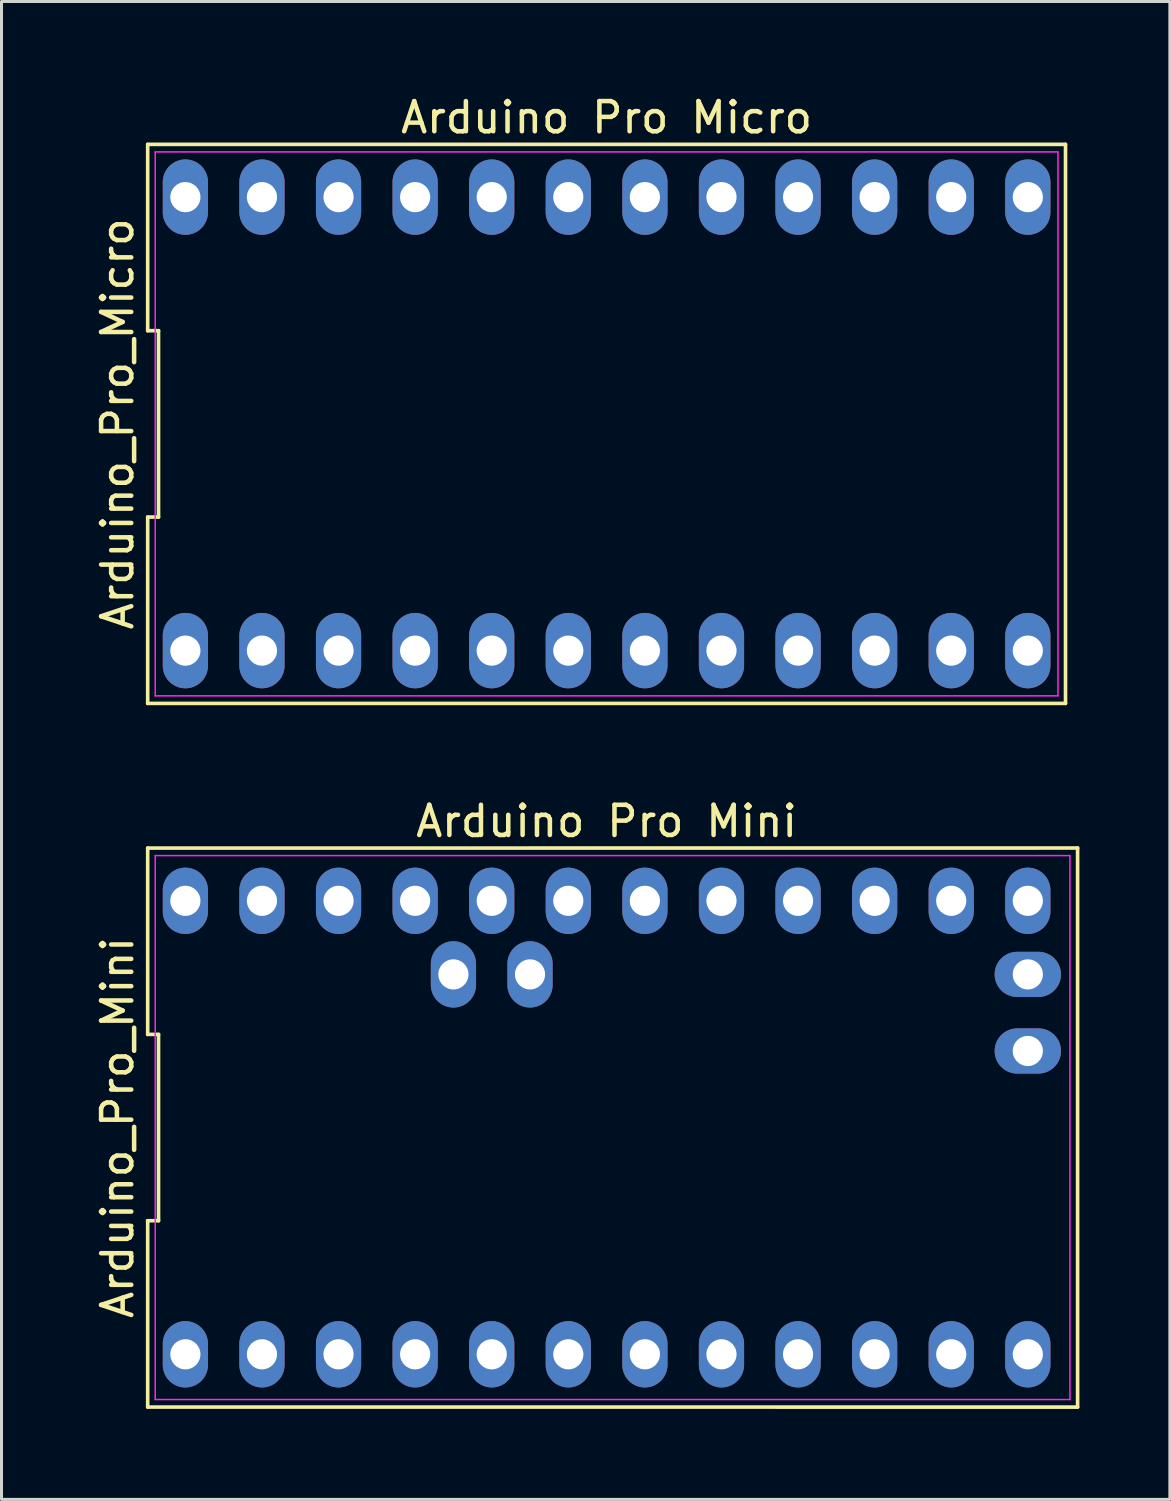
<source format=kicad_pcb>
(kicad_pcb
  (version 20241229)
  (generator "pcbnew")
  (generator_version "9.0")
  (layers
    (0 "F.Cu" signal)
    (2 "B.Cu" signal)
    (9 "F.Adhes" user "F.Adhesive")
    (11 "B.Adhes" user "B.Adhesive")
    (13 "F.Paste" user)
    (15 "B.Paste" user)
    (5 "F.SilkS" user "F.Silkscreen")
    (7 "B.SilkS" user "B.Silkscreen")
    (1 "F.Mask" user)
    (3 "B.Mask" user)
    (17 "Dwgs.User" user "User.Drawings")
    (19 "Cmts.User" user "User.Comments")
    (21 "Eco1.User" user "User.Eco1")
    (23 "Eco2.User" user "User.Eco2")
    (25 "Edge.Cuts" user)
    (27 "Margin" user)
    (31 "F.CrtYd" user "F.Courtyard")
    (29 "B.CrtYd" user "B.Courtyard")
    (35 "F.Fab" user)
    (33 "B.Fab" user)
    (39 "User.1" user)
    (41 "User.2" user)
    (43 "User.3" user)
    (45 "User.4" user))
  (footprint "Arduino_Pro_Micro"
    (layer "F.Cu")
    (at 17.068 11.008)
    (property "Reference" "Arduino_Pro_Micro" (at -16.22 0 90) (layer "F.SilkS") (effects (font (size 1 1) (thickness 0.15))))
    (attr through_hole)
    (fp_line (start -15.22 -9.27) (end -15.22 -3.09) (stroke (width 0.12) (type solid)) (layer "F.SilkS"))
    (fp_line (start -15.22 -3.09) (end -14.86 -3.09) (stroke (width 0.12) (type solid)) (layer "F.SilkS"))
    (fp_line (start -15.22 3.09) (end -15.22 9.27) (stroke (width 0.12) (type solid)) (layer "F.SilkS"))
    (fp_line (start -15.22 9.27) (end 15.22 9.27) (stroke (width 0.12) (type solid)) (layer "F.SilkS"))
    (fp_line (start -14.86 -3.09) (end -14.86 3.09) (stroke (width 0.12) (type solid)) (layer "F.SilkS"))
    (fp_line (start -14.86 3.09) (end -15.22 3.09) (stroke (width 0.12) (type solid)) (layer "F.SilkS"))
    (fp_line (start 15.22 -9.27) (end -15.22 -9.27) (stroke (width 0.12) (type solid)) (layer "F.SilkS"))
    (fp_line (start 15.22 9.27) (end 15.22 -9.27) (stroke (width 0.12) (type solid)) (layer "F.SilkS"))
    (fp_line (start -14.97 -9.02) (end 14.97 -9.02) (stroke (width 0.05) (type solid)) (layer "F.CrtYd"))
    (fp_line (start -14.97 9.02) (end -14.97 -9.02) (stroke (width 0.05) (type solid)) (layer "F.CrtYd"))
    (fp_line (start 14.97 -9.02) (end 14.97 9.02) (stroke (width 0.05) (type solid)) (layer "F.CrtYd"))
    (fp_line (start 14.97 9.02) (end -14.97 9.02) (stroke (width 0.05) (type solid)) (layer "F.CrtYd"))
    (fp_text user "Arduino Pro Micro" (at 0 -10.16 0) (layer "F.SilkS") (effects (font (size 1 1) (thickness 0.15))))
    (pad "1" thru_hole oval (at -13.97 7.52) (size 1.5 2.5) (drill 1) (layers "*.Cu" "*.Mask"))
    (pad "2" thru_hole oval (at -11.43 7.52) (size 1.5 2.5) (drill 1) (layers "*.Cu" "*.Mask"))
    (pad "3" thru_hole oval (at -8.89 7.52) (size 1.5 2.5) (drill 1) (layers "*.Cu" "*.Mask"))
    (pad "4" thru_hole oval (at -6.35 7.52) (size 1.5 2.5) (drill 1) (layers "*.Cu" "*.Mask"))
    (pad "5" thru_hole oval (at -3.81 7.52) (size 1.5 2.5) (drill 1) (layers "*.Cu" "*.Mask"))
    (pad "6" thru_hole oval (at -1.27 7.52) (size 1.5 2.5) (drill 1) (layers "*.Cu" "*.Mask"))
    (pad "7" thru_hole oval (at 1.27 7.52) (size 1.5 2.5) (drill 1) (layers "*.Cu" "*.Mask"))
    (pad "8" thru_hole oval (at 3.81 7.52) (size 1.5 2.5) (drill 1) (layers "*.Cu" "*.Mask"))
    (pad "9" thru_hole oval (at 6.35 7.52) (size 1.5 2.5) (drill 1) (layers "*.Cu" "*.Mask"))
    (pad "10" thru_hole oval (at 8.89 7.52) (size 1.5 2.5) (drill 1) (layers "*.Cu" "*.Mask"))
    (pad "11" thru_hole oval (at 11.43 7.52) (size 1.5 2.5) (drill 1) (layers "*.Cu" "*.Mask"))
    (pad "12" thru_hole oval (at 13.97 7.52) (size 1.5 2.5) (drill 1) (layers "*.Cu" "*.Mask"))
    (pad "13" thru_hole oval (at 13.97 -7.52) (size 1.5 2.5) (drill 1) (layers "*.Cu" "*.Mask"))
    (pad "14" thru_hole oval (at 11.43 -7.52) (size 1.5 2.5) (drill 1) (layers "*.Cu" "*.Mask"))
    (pad "15" thru_hole oval (at 8.89 -7.52) (size 1.5 2.5) (drill 1) (layers "*.Cu" "*.Mask"))
    (pad "16" thru_hole oval (at 6.35 -7.52) (size 1.5 2.5) (drill 1) (layers "*.Cu" "*.Mask"))
    (pad "17" thru_hole oval (at 3.81 -7.52) (size 1.5 2.5) (drill 1) (layers "*.Cu" "*.Mask"))
    (pad "18" thru_hole oval (at 1.27 -7.52) (size 1.5 2.5) (drill 1) (layers "*.Cu" "*.Mask"))
    (pad "19" thru_hole oval (at -1.27 -7.52) (size 1.5 2.5) (drill 1) (layers "*.Cu" "*.Mask"))
    (pad "20" thru_hole oval (at -3.81 -7.52) (size 1.5 2.5) (drill 1) (layers "*.Cu" "*.Mask"))
    (pad "21" thru_hole oval (at -6.35 -7.52) (size 1.5 2.5) (drill 1) (layers "*.Cu" "*.Mask"))
    (pad "22" thru_hole oval (at -8.89 -7.52) (size 1.5 2.5) (drill 1) (layers "*.Cu" "*.Mask"))
    (pad "23" thru_hole oval (at -11.43 -7.52) (size 1.5 2.5) (drill 1) (layers "*.Cu" "*.Mask"))
    (pad "24" thru_hole oval (at -13.97 -7.52) (size 1.5 2.5) (drill 1) (layers "*.Cu" "*.Mask")))
  (footprint "Arduino_Pro_Mini"
    (layer "F.Cu")
    (at 17.068 34.346)
    (property "Reference" "Arduino_Pro_Mini" (at -16.22 0 90) (layer "F.SilkS") (effects (font (size 1 1) (thickness 0.15))))
    (attr through_hole)
    (fp_line (start -15.22 -9.27) (end -15.22 -3.09) (stroke (width 0.12) (type solid)) (layer "F.SilkS"))
    (fp_line (start -15.22 -3.09) (end -14.86 -3.09) (stroke (width 0.12) (type solid)) (layer "F.SilkS"))
    (fp_line (start -15.22 3.09) (end -15.22 9.27) (stroke (width 0.12) (type solid)) (layer "F.SilkS"))
    (fp_line (start -15.22 9.27) (end 15.621 9.271) (stroke (width 0.12) (type solid)) (layer "F.SilkS"))
    (fp_line (start -14.86 -3.09) (end -14.86 3.09) (stroke (width 0.12) (type solid)) (layer "F.SilkS"))
    (fp_line (start -14.86 3.09) (end -15.22 3.09) (stroke (width 0.12) (type solid)) (layer "F.SilkS"))
    (fp_line (start 15.621 -9.271) (end -15.22 -9.27) (stroke (width 0.12) (type solid)) (layer "F.SilkS"))
    (fp_line (start 15.621 9.269) (end 15.621 -9.271) (stroke (width 0.12) (type solid)) (layer "F.SilkS"))
    (fp_line (start -14.97 -9.02) (end 15.367 -9.02) (stroke (width 0.05) (type solid)) (layer "F.CrtYd"))
    (fp_line (start -14.97 9.02) (end -14.97 -9.02) (stroke (width 0.05) (type solid)) (layer "F.CrtYd"))
    (fp_line (start 15.367 -9.02) (end 15.367 9.02) (stroke (width 0.05) (type solid)) (layer "F.CrtYd"))
    (fp_line (start 15.367 9.02) (end -14.97 9.02) (stroke (width 0.05) (type solid)) (layer "F.CrtYd"))
    (fp_text user "Arduino Pro Mini" (at 0 -10.16 0) (layer "F.SilkS") (effects (font (size 1 1) (thickness 0.15))))
    (pad "1" thru_hole oval (at -13.97 7.52) (size 1.5 2.2) (drill 1) (layers "*.Cu" "*.Mask"))
    (pad "2" thru_hole oval (at -11.43 7.52) (size 1.5 2.2) (drill 1) (layers "*.Cu" "*.Mask"))
    (pad "3" thru_hole oval (at -8.89 7.52) (size 1.5 2.2) (drill 1) (layers "*.Cu" "*.Mask"))
    (pad "4" thru_hole oval (at -6.35 7.52) (size 1.5 2.2) (drill 1) (layers "*.Cu" "*.Mask"))
    (pad "5" thru_hole oval (at -3.81 7.52) (size 1.5 2.2) (drill 1) (layers "*.Cu" "*.Mask"))
    (pad "6" thru_hole oval (at -1.27 7.52) (size 1.5 2.2) (drill 1) (layers "*.Cu" "*.Mask"))
    (pad "7" thru_hole oval (at 1.27 7.52) (size 1.5 2.2) (drill 1) (layers "*.Cu" "*.Mask"))
    (pad "8" thru_hole oval (at 3.81 7.52) (size 1.5 2.2) (drill 1) (layers "*.Cu" "*.Mask"))
    (pad "9" thru_hole oval (at 6.35 7.52) (size 1.5 2.2) (drill 1) (layers "*.Cu" "*.Mask"))
    (pad "10" thru_hole oval (at 8.89 7.52) (size 1.5 2.2) (drill 1) (layers "*.Cu" "*.Mask"))
    (pad "11" thru_hole oval (at 11.43 7.52) (size 1.5 2.2) (drill 1) (layers "*.Cu" "*.Mask"))
    (pad "12" thru_hole oval (at 13.97 7.52) (size 1.5 2.2) (drill 1) (layers "*.Cu" "*.Mask"))
    (pad "13" thru_hole oval (at 13.97 -7.52) (size 1.5 2.2) (drill 1) (layers "*.Cu" "*.Mask"))
    (pad "14" thru_hole oval (at 11.43 -7.52) (size 1.5 2.2) (drill 1) (layers "*.Cu" "*.Mask"))
    (pad "15" thru_hole oval (at 8.89 -7.52) (size 1.5 2.2) (drill 1) (layers "*.Cu" "*.Mask"))
    (pad "16" thru_hole oval (at 6.35 -7.52) (size 1.5 2.2) (drill 1) (layers "*.Cu" "*.Mask"))
    (pad "17" thru_hole oval (at 3.81 -7.52) (size 1.5 2.2) (drill 1) (layers "*.Cu" "*.Mask"))
    (pad "18" thru_hole oval (at 1.27 -7.52) (size 1.5 2.2) (drill 1) (layers "*.Cu" "*.Mask"))
    (pad "19" thru_hole oval (at -1.27 -7.52) (size 1.5 2.2) (drill 1) (layers "*.Cu" "*.Mask"))
    (pad "20" thru_hole oval (at -3.81 -7.52) (size 1.5 2.2) (drill 1) (layers "*.Cu" "*.Mask"))
    (pad "21" thru_hole oval (at -6.35 -7.52) (size 1.5 2.2) (drill 1) (layers "*.Cu" "*.Mask"))
    (pad "22" thru_hole oval (at -8.89 -7.52) (size 1.5 2.2) (drill 1) (layers "*.Cu" "*.Mask"))
    (pad "23" thru_hole oval (at -11.43 -7.52) (size 1.5 2.2) (drill 1) (layers "*.Cu" "*.Mask"))
    (pad "24" thru_hole oval (at -13.97 -7.52) (size 1.5 2.2) (drill 1) (layers "*.Cu" "*.Mask"))
    (pad "25" thru_hole oval (at -5.08 -5.08 180) (size 1.5 2.2) (drill 1) (layers "*.Cu" "*.Mask"))
    (pad "26" thru_hole oval (at -2.54 -5.08 180) (size 1.5 2.2) (drill 1) (layers "*.Cu" "*.Mask"))
    (pad "27" thru_hole oval (at 13.97 -5.08 90) (size 1.5 2.2) (drill 1) (layers "*.Cu" "*.Mask"))
    (pad "28" thru_hole oval (at 13.97 -2.54 90) (size 1.5 2.2) (drill 1) (layers "*.Cu" "*.Mask")))
  (gr_rect
    (start -3 -3)
    (end 35.749 46.678)
    (stroke (width 0.1) (type default))
    (fill no)
    (layer "Edge.Cuts")))
</source>
